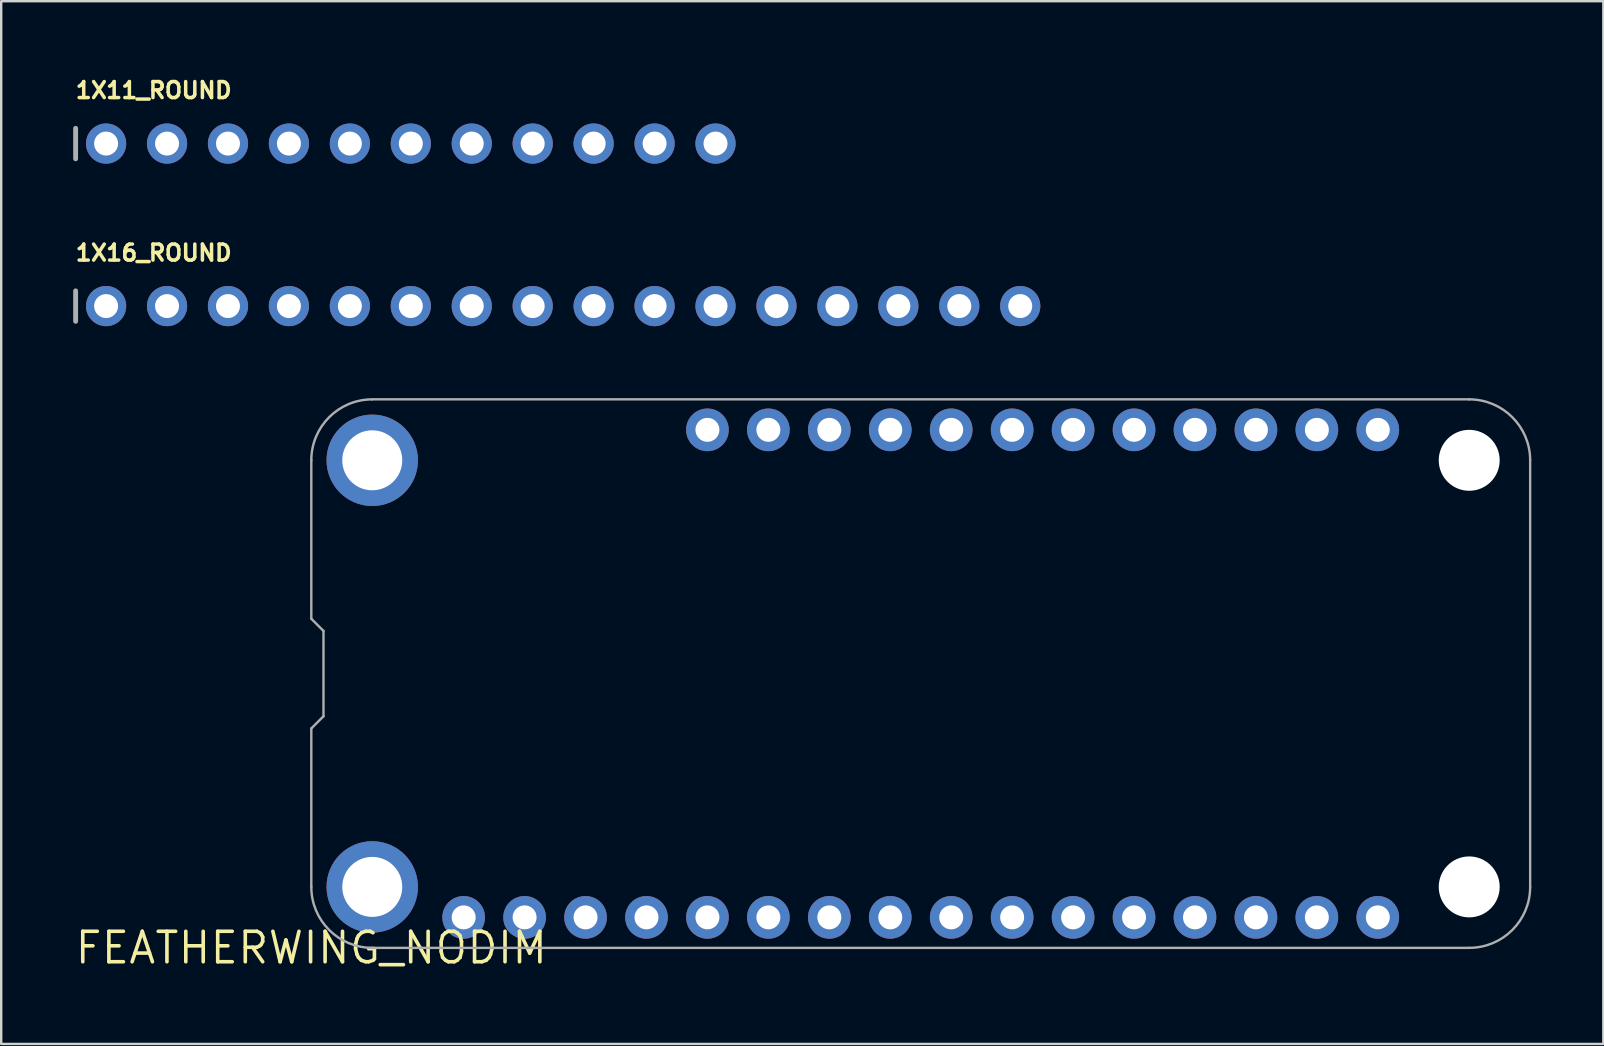
<source format=kicad_pcb>
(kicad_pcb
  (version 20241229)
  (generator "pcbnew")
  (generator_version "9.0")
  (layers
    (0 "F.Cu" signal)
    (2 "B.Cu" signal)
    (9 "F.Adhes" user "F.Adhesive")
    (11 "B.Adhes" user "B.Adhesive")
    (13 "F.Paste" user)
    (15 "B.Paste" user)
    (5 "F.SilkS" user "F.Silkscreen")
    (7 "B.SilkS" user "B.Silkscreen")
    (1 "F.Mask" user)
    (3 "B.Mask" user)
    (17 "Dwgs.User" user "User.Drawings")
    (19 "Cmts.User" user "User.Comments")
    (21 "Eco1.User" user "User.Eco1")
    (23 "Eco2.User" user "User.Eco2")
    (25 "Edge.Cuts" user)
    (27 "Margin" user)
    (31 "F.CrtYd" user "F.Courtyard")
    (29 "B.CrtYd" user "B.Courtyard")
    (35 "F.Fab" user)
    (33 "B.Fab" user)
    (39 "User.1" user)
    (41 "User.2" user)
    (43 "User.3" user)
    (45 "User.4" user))
  (footprint "1X11_ROUND"
    (layer "F.Cu")
    (at 14.072 2.934)
    (property "Reference" "1X11_ROUND" (at -14.046 -1.829 0) (layer "F.SilkS") (effects (font (size 0.666 0.666) (thickness 0.146)) (justify left bottom)))
    (fp_line (start -13.97 -0.635) (end -13.97 0.635) (stroke (width 0.203) (type solid)) (layer "F.Fab"))
    (fp_poly (pts (xy -12.954 0.254) (xy -12.446 0.254) (xy -12.446 -0.254) (xy -12.954 -0.254)) (stroke (width 0.1) (type solid)) (fill no) (layer "F.Fab"))
    (fp_poly (pts (xy -10.414 0.254) (xy -9.906 0.254) (xy -9.906 -0.254) (xy -10.414 -0.254)) (stroke (width 0.1) (type solid)) (fill no) (layer "F.Fab"))
    (fp_poly (pts (xy -7.874 0.254) (xy -7.366 0.254) (xy -7.366 -0.254) (xy -7.874 -0.254)) (stroke (width 0.1) (type solid)) (fill no) (layer "F.Fab"))
    (fp_poly (pts (xy -5.334 0.254) (xy -4.826 0.254) (xy -4.826 -0.254) (xy -5.334 -0.254)) (stroke (width 0.1) (type solid)) (fill no) (layer "F.Fab"))
    (fp_poly (pts (xy -2.794 0.254) (xy -2.286 0.254) (xy -2.286 -0.254) (xy -2.794 -0.254)) (stroke (width 0.1) (type solid)) (fill no) (layer "F.Fab"))
    (fp_poly (pts (xy -0.254 0.254) (xy 0.254 0.254) (xy 0.254 -0.254) (xy -0.254 -0.254)) (stroke (width 0.1) (type solid)) (fill no) (layer "F.Fab"))
    (fp_poly (pts (xy 2.286 0.254) (xy 2.794 0.254) (xy 2.794 -0.254) (xy 2.286 -0.254)) (stroke (width 0.1) (type solid)) (fill no) (layer "F.Fab"))
    (fp_poly (pts (xy 4.826 0.254) (xy 5.334 0.254) (xy 5.334 -0.254) (xy 4.826 -0.254)) (stroke (width 0.1) (type solid)) (fill no) (layer "F.Fab"))
    (fp_poly (pts (xy 7.366 0.254) (xy 7.874 0.254) (xy 7.874 -0.254) (xy 7.366 -0.254)) (stroke (width 0.1) (type solid)) (fill no) (layer "F.Fab"))
    (fp_poly (pts (xy 9.906 0.254) (xy 10.414 0.254) (xy 10.414 -0.254) (xy 9.906 -0.254)) (stroke (width 0.1) (type solid)) (fill no) (layer "F.Fab"))
    (fp_poly (pts (xy 12.446 0.254) (xy 12.954 0.254) (xy 12.954 -0.254) (xy 12.446 -0.254)) (stroke (width 0.1) (type solid)) (fill no) (layer "F.Fab"))
    (pad "1" thru_hole circle (at -12.7 0 90) (size 1.676 1.676) (drill 1) (layers "*.Cu" "*.Mask"))
    (pad "2" thru_hole circle (at -10.16 0 90) (size 1.676 1.676) (drill 1) (layers "*.Cu" "*.Mask"))
    (pad "3" thru_hole circle (at -7.62 0 90) (size 1.676 1.676) (drill 1) (layers "*.Cu" "*.Mask"))
    (pad "4" thru_hole circle (at -5.08 0 90) (size 1.676 1.676) (drill 1) (layers "*.Cu" "*.Mask"))
    (pad "5" thru_hole circle (at -2.54 0 90) (size 1.676 1.676) (drill 1) (layers "*.Cu" "*.Mask"))
    (pad "6" thru_hole circle (at 0 0 90) (size 1.676 1.676) (drill 1) (layers "*.Cu" "*.Mask"))
    (pad "7" thru_hole circle (at 2.54 0 90) (size 1.676 1.676) (drill 1) (layers "*.Cu" "*.Mask"))
    (pad "8" thru_hole circle (at 5.08 0 90) (size 1.676 1.676) (drill 1) (layers "*.Cu" "*.Mask"))
    (pad "9" thru_hole circle (at 7.62 0 90) (size 1.676 1.676) (drill 1) (layers "*.Cu" "*.Mask"))
    (pad "10" thru_hole circle (at 10.16 0 90) (size 1.676 1.676) (drill 1) (layers "*.Cu" "*.Mask"))
    (pad "11" thru_hole circle (at 12.7 0 90) (size 1.676 1.676) (drill 1) (layers "*.Cu" "*.Mask")))
  (footprint "FEATHERWING_NODIM"
    (layer "F.Cu")
    (at 9.925 36.455)
    (property "Reference" "FEATHERWING_NODIM" (at 0 0 0) (layer "F.SilkS") (effects (font (size 1.27 1.27) (thickness 0.15))))
    (fp_line (start 0 -20.32) (end 0 -13.716) (stroke (width 0.1) (type solid)) (layer "F.Fab"))
    (fp_line (start 0 -13.716) (end 0.508 -13.208) (stroke (width 0.1) (type solid)) (layer "F.Fab"))
    (fp_line (start 0 -9.144) (end 0 -2.54) (stroke (width 0.1) (type solid)) (layer "F.Fab"))
    (fp_line (start 0.508 -13.208) (end 0.508 -9.652) (stroke (width 0.1) (type solid)) (layer "F.Fab"))
    (fp_line (start 0.508 -9.652) (end 0 -9.144) (stroke (width 0.1) (type solid)) (layer "F.Fab"))
    (fp_line (start 2.54 0) (end 48.26 0) (stroke (width 0.1) (type solid)) (layer "F.Fab"))
    (fp_line (start 48.26 -22.86) (end 2.54 -22.86) (stroke (width 0.1) (type solid)) (layer "F.Fab"))
    (fp_line (start 50.8 -2.54) (end 50.8 -20.32) (stroke (width 0.1) (type solid)) (layer "F.Fab"))
    (fp_arc (start 0 -20.32) (mid 0.743949 -22.116051) (end 2.54 -22.86) (stroke (width 0.1) (type solid)) (layer "F.Fab"))
    (fp_arc (start 2.54 0) (mid 0.743949 -0.743949) (end 0 -2.54) (stroke (width 0.1) (type solid)) (layer "F.Fab"))
    (fp_arc (start 48.26 -22.86) (mid 50.056051 -22.116051) (end 50.8 -20.32) (stroke (width 0.1) (type solid)) (layer "F.Fab"))
    (fp_arc (start 50.8 -2.54) (mid 50.056051 -0.743949) (end 48.26 0) (stroke (width 0.1) (type solid)) (layer "F.Fab"))
    (pad "" np_thru_hole circle (at 48.26 -20.32) (size 2.54 2.54) (drill 2.54) (layers "*.Cu" "*.Mask"))
    (pad "" np_thru_hole circle (at 48.26 -2.54) (size 2.54 2.54) (drill 2.54) (layers "*.Cu" "*.Mask"))
    (pad "1" thru_hole circle (at 6.35 -1.27) (size 1.778 1.778) (drill 1) (layers "*.Cu" "*.Mask"))
    (pad "2" thru_hole circle (at 8.89 -1.27) (size 1.778 1.778) (drill 1) (layers "*.Cu" "*.Mask"))
    (pad "3" thru_hole circle (at 11.43 -1.27) (size 1.778 1.778) (drill 1) (layers "*.Cu" "*.Mask"))
    (pad "4" thru_hole circle (at 13.97 -1.27) (size 1.778 1.778) (drill 1) (layers "*.Cu" "*.Mask"))
    (pad "5" thru_hole circle (at 16.51 -1.27) (size 1.778 1.778) (drill 1) (layers "*.Cu" "*.Mask"))
    (pad "6" thru_hole circle (at 19.05 -1.27) (size 1.778 1.778) (drill 1) (layers "*.Cu" "*.Mask"))
    (pad "7" thru_hole circle (at 21.59 -1.27) (size 1.778 1.778) (drill 1) (layers "*.Cu" "*.Mask"))
    (pad "8" thru_hole circle (at 24.13 -1.27) (size 1.778 1.778) (drill 1) (layers "*.Cu" "*.Mask"))
    (pad "9" thru_hole circle (at 26.67 -1.27) (size 1.778 1.778) (drill 1) (layers "*.Cu" "*.Mask"))
    (pad "10" thru_hole circle (at 29.21 -1.27) (size 1.778 1.778) (drill 1) (layers "*.Cu" "*.Mask"))
    (pad "11" thru_hole circle (at 31.75 -1.27) (size 1.778 1.778) (drill 1) (layers "*.Cu" "*.Mask"))
    (pad "12" thru_hole circle (at 34.29 -1.27) (size 1.778 1.778) (drill 1) (layers "*.Cu" "*.Mask"))
    (pad "13" thru_hole circle (at 36.83 -1.27) (size 1.778 1.778) (drill 1) (layers "*.Cu" "*.Mask"))
    (pad "14" thru_hole circle (at 39.37 -1.27) (size 1.778 1.778) (drill 1) (layers "*.Cu" "*.Mask"))
    (pad "15" thru_hole circle (at 41.91 -1.27) (size 1.778 1.778) (drill 1) (layers "*.Cu" "*.Mask"))
    (pad "16" thru_hole circle (at 44.45 -1.27) (size 1.778 1.778) (drill 1) (layers "*.Cu" "*.Mask"))
    (pad "17" thru_hole circle (at 44.45 -21.59) (size 1.778 1.778) (drill 1) (layers "*.Cu" "*.Mask"))
    (pad "18" thru_hole circle (at 41.91 -21.59) (size 1.778 1.778) (drill 1) (layers "*.Cu" "*.Mask"))
    (pad "19" thru_hole circle (at 39.37 -21.59) (size 1.778 1.778) (drill 1) (layers "*.Cu" "*.Mask"))
    (pad "20" thru_hole circle (at 36.83 -21.59) (size 1.778 1.778) (drill 1) (layers "*.Cu" "*.Mask"))
    (pad "21" thru_hole circle (at 34.29 -21.59) (size 1.778 1.778) (drill 1) (layers "*.Cu" "*.Mask"))
    (pad "22" thru_hole circle (at 31.75 -21.59) (size 1.778 1.778) (drill 1) (layers "*.Cu" "*.Mask"))
    (pad "23" thru_hole circle (at 29.21 -21.59) (size 1.778 1.778) (drill 1) (layers "*.Cu" "*.Mask"))
    (pad "24" thru_hole circle (at 26.67 -21.59) (size 1.778 1.778) (drill 1) (layers "*.Cu" "*.Mask"))
    (pad "25" thru_hole circle (at 24.13 -21.59) (size 1.778 1.778) (drill 1) (layers "*.Cu" "*.Mask"))
    (pad "26" thru_hole circle (at 21.59 -21.59) (size 1.778 1.778) (drill 1) (layers "*.Cu" "*.Mask"))
    (pad "27" thru_hole circle (at 19.05 -21.59) (size 1.778 1.778) (drill 1) (layers "*.Cu" "*.Mask"))
    (pad "28" thru_hole circle (at 16.51 -21.59) (size 1.778 1.778) (drill 1) (layers "*.Cu" "*.Mask"))
    (pad "P$1" thru_hole circle (at 2.54 -20.32) (size 3.81 3.81) (drill 2.5) (layers "*.Cu" "*.Mask"))
    (pad "P$2" thru_hole circle (at 2.54 -2.54) (size 3.81 3.81) (drill 2.5) (layers "*.Cu" "*.Mask")))
  (footprint "1X16_ROUND"
    (layer "F.Cu")
    (at 20.422 9.707)
    (property "Reference" "1X16_ROUND" (at -20.396 -1.829 0) (layer "F.SilkS") (effects (font (size 0.666 0.666) (thickness 0.146)) (justify left bottom)))
    (fp_line (start -20.32 -0.635) (end -20.32 0.635) (stroke (width 0.203) (type solid)) (layer "F.Fab"))
    (fp_poly (pts (xy -19.304 0.254) (xy -18.796 0.254) (xy -18.796 -0.254) (xy -19.304 -0.254)) (stroke (width 0.1) (type solid)) (fill no) (layer "F.Fab"))
    (fp_poly (pts (xy -16.764 0.254) (xy -16.256 0.254) (xy -16.256 -0.254) (xy -16.764 -0.254)) (stroke (width 0.1) (type solid)) (fill no) (layer "F.Fab"))
    (fp_poly (pts (xy -14.224 0.254) (xy -13.716 0.254) (xy -13.716 -0.254) (xy -14.224 -0.254)) (stroke (width 0.1) (type solid)) (fill no) (layer "F.Fab"))
    (fp_poly (pts (xy -11.684 0.254) (xy -11.176 0.254) (xy -11.176 -0.254) (xy -11.684 -0.254)) (stroke (width 0.1) (type solid)) (fill no) (layer "F.Fab"))
    (fp_poly (pts (xy -9.144 0.254) (xy -8.636 0.254) (xy -8.636 -0.254) (xy -9.144 -0.254)) (stroke (width 0.1) (type solid)) (fill no) (layer "F.Fab"))
    (fp_poly (pts (xy -6.604 0.254) (xy -6.096 0.254) (xy -6.096 -0.254) (xy -6.604 -0.254)) (stroke (width 0.1) (type solid)) (fill no) (layer "F.Fab"))
    (fp_poly (pts (xy -4.064 0.254) (xy -3.556 0.254) (xy -3.556 -0.254) (xy -4.064 -0.254)) (stroke (width 0.1) (type solid)) (fill no) (layer "F.Fab"))
    (fp_poly (pts (xy -1.524 0.254) (xy -1.016 0.254) (xy -1.016 -0.254) (xy -1.524 -0.254)) (stroke (width 0.1) (type solid)) (fill no) (layer "F.Fab"))
    (fp_poly (pts (xy 1.016 0.254) (xy 1.524 0.254) (xy 1.524 -0.254) (xy 1.016 -0.254)) (stroke (width 0.1) (type solid)) (fill no) (layer "F.Fab"))
    (fp_poly (pts (xy 3.556 0.254) (xy 4.064 0.254) (xy 4.064 -0.254) (xy 3.556 -0.254)) (stroke (width 0.1) (type solid)) (fill no) (layer "F.Fab"))
    (fp_poly (pts (xy 6.096 0.254) (xy 6.604 0.254) (xy 6.604 -0.254) (xy 6.096 -0.254)) (stroke (width 0.1) (type solid)) (fill no) (layer "F.Fab"))
    (fp_poly (pts (xy 8.636 0.254) (xy 9.144 0.254) (xy 9.144 -0.254) (xy 8.636 -0.254)) (stroke (width 0.1) (type solid)) (fill no) (layer "F.Fab"))
    (fp_poly (pts (xy 11.176 0.254) (xy 11.684 0.254) (xy 11.684 -0.254) (xy 11.176 -0.254)) (stroke (width 0.1) (type solid)) (fill no) (layer "F.Fab"))
    (fp_poly (pts (xy 13.716 0.254) (xy 14.224 0.254) (xy 14.224 -0.254) (xy 13.716 -0.254)) (stroke (width 0.1) (type solid)) (fill no) (layer "F.Fab"))
    (fp_poly (pts (xy 16.256 0.254) (xy 16.764 0.254) (xy 16.764 -0.254) (xy 16.256 -0.254)) (stroke (width 0.1) (type solid)) (fill no) (layer "F.Fab"))
    (fp_poly (pts (xy 18.796 0.254) (xy 19.304 0.254) (xy 19.304 -0.254) (xy 18.796 -0.254)) (stroke (width 0.1) (type solid)) (fill no) (layer "F.Fab"))
    (pad "1" thru_hole circle (at -19.05 0 90) (size 1.676 1.676) (drill 1) (layers "*.Cu" "*.Mask"))
    (pad "2" thru_hole circle (at -16.51 0 90) (size 1.676 1.676) (drill 1) (layers "*.Cu" "*.Mask"))
    (pad "3" thru_hole circle (at -13.97 0 90) (size 1.676 1.676) (drill 1) (layers "*.Cu" "*.Mask"))
    (pad "4" thru_hole circle (at -11.43 0 90) (size 1.676 1.676) (drill 1) (layers "*.Cu" "*.Mask"))
    (pad "5" thru_hole circle (at -8.89 0 90) (size 1.676 1.676) (drill 1) (layers "*.Cu" "*.Mask"))
    (pad "6" thru_hole circle (at -6.35 0 90) (size 1.676 1.676) (drill 1) (layers "*.Cu" "*.Mask"))
    (pad "7" thru_hole circle (at -3.81 0 90) (size 1.676 1.676) (drill 1) (layers "*.Cu" "*.Mask"))
    (pad "8" thru_hole circle (at -1.27 0 90) (size 1.676 1.676) (drill 1) (layers "*.Cu" "*.Mask"))
    (pad "9" thru_hole circle (at 1.27 0 90) (size 1.676 1.676) (drill 1) (layers "*.Cu" "*.Mask"))
    (pad "10" thru_hole circle (at 3.81 0 90) (size 1.676 1.676) (drill 1) (layers "*.Cu" "*.Mask"))
    (pad "11" thru_hole circle (at 6.35 0 90) (size 1.676 1.676) (drill 1) (layers "*.Cu" "*.Mask"))
    (pad "12" thru_hole circle (at 8.89 0 90) (size 1.676 1.676) (drill 1) (layers "*.Cu" "*.Mask"))
    (pad "13" thru_hole circle (at 11.43 0 90) (size 1.676 1.676) (drill 1) (layers "*.Cu" "*.Mask"))
    (pad "14" thru_hole circle (at 13.97 0 90) (size 1.676 1.676) (drill 1) (layers "*.Cu" "*.Mask"))
    (pad "15" thru_hole circle (at 16.51 0 90) (size 1.676 1.676) (drill 1) (layers "*.Cu" "*.Mask"))
    (pad "16" thru_hole circle (at 19.05 0 90) (size 1.676 1.676) (drill 1) (layers "*.Cu" "*.Mask")))
  (gr_rect
    (start -3 -3)
    (end 63.775 40.461)
    (stroke (width 0.1) (type default))
    (fill no)
    (layer "Edge.Cuts")))
</source>
